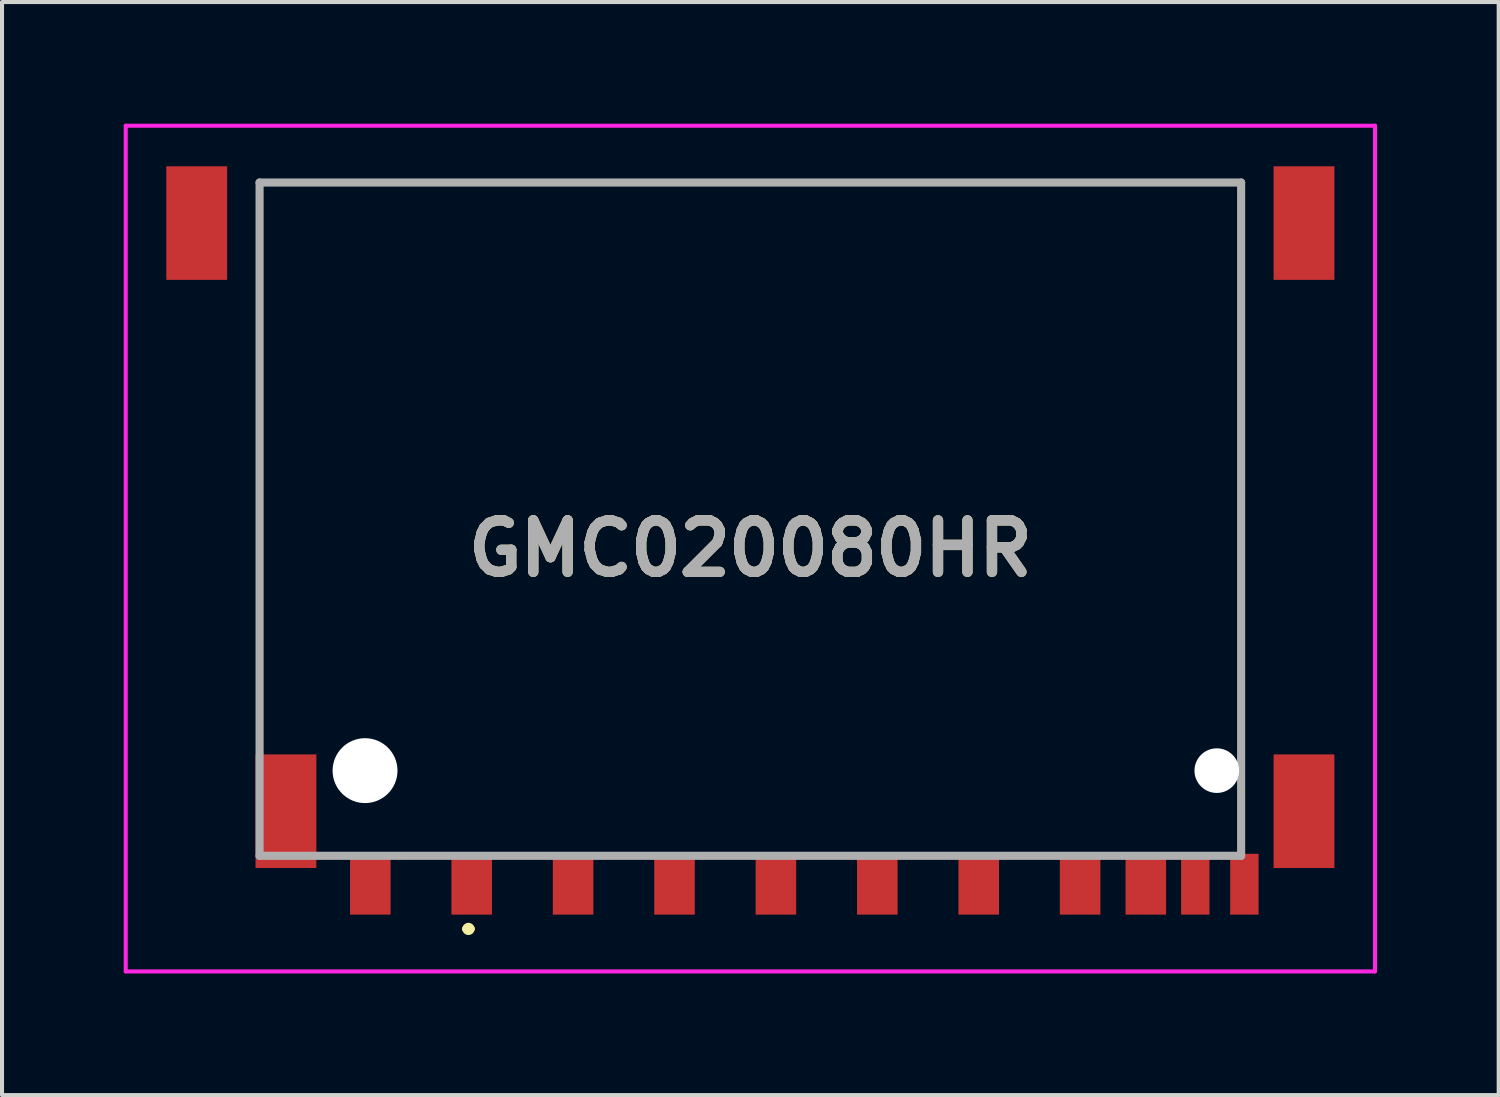
<source format=kicad_pcb>
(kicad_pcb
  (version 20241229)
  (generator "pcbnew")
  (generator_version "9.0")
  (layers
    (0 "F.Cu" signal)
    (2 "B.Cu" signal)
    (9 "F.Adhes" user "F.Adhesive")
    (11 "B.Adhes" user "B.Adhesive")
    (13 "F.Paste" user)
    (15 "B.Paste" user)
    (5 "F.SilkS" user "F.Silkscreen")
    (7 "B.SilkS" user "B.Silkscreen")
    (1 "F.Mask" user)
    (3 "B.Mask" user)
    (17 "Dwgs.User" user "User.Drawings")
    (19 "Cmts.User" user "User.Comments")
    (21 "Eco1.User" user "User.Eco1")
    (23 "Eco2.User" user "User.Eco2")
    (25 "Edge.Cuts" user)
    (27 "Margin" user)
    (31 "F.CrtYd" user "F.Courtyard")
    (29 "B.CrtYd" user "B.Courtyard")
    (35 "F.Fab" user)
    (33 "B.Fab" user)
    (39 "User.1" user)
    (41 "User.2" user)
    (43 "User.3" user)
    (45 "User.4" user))
  (footprint "GMC020080HR"
    (layer "F.Cu")
    (at 15.45 9.75)
    (property "Reference" "GMC020080HR" (at 0 0.725 0) (layer "F.SilkS") (effects (font (size 1.27 1.27) (thickness 0.254))))
    (attr through_hole)
    (fp_line (start -12.1 -8.3) (end -12.1 -8.3) (stroke (width 0.1) (type solid)) (layer "F.SilkS"))
    (fp_line (start -12.1 -8.3) (end -12.1 -8.3) (stroke (width 0.1) (type solid)) (layer "F.SilkS"))
    (fp_line (start -12.1 -8.3) (end -12.1 5) (stroke (width 0.1) (type solid)) (layer "F.SilkS"))
    (fp_line (start -12.1 -8.3) (end 12.1 -8.3) (stroke (width 0.1) (type solid)) (layer "F.SilkS"))
    (fp_line (start -12.1 5) (end -12.1 -8.3) (stroke (width 0.1) (type solid)) (layer "F.SilkS"))
    (fp_line (start -12.1 5) (end -12.1 5) (stroke (width 0.1) (type solid)) (layer "F.SilkS"))
    (fp_line (start -7 10.1) (end -7 10.1) (stroke (width 0.2) (type solid)) (layer "F.SilkS"))
    (fp_line (start -7 10.1) (end -7 10.1) (stroke (width 0.2) (type solid)) (layer "F.SilkS"))
    (fp_line (start -6.9 10.1) (end -6.9 10.1) (stroke (width 0.2) (type solid)) (layer "F.SilkS"))
    (fp_line (start 12.1 -8.3) (end -12.1 -8.3) (stroke (width 0.1) (type solid)) (layer "F.SilkS"))
    (fp_line (start 12.1 -8.3) (end 12.1 -8.3) (stroke (width 0.1) (type solid)) (layer "F.SilkS"))
    (fp_line (start 12.1 -8.3) (end 12.1 -8.3) (stroke (width 0.1) (type solid)) (layer "F.SilkS"))
    (fp_line (start 12.1 -8.3) (end 12.1 5) (stroke (width 0.1) (type solid)) (layer "F.SilkS"))
    (fp_line (start 12.1 5) (end 12.1 -8.3) (stroke (width 0.1) (type solid)) (layer "F.SilkS"))
    (fp_line (start 12.1 5) (end 12.1 5) (stroke (width 0.1) (type solid)) (layer "F.SilkS"))
    (fp_arc (start -7 10.1) (mid -6.95 10.05) (end -6.9 10.1) (stroke (width 0.2) (type solid)) (layer "F.SilkS"))
    (fp_arc (start -6.9 10.1) (mid -6.95 10.15) (end -7 10.1) (stroke (width 0.2) (type solid)) (layer "F.SilkS"))
    (fp_arc (start -6.9 10.1) (mid -6.95 10.15) (end -7 10.1) (stroke (width 0.2) (type solid)) (layer "F.SilkS"))
    (fp_line (start -15.4 -9.7) (end 15.4 -9.7) (stroke (width 0.1) (type solid)) (layer "F.CrtYd"))
    (fp_line (start -15.4 11.15) (end -15.4 -9.7) (stroke (width 0.1) (type solid)) (layer "F.CrtYd"))
    (fp_line (start 15.4 -9.7) (end 15.4 11.15) (stroke (width 0.1) (type solid)) (layer "F.CrtYd"))
    (fp_line (start 15.4 11.15) (end -15.4 11.15) (stroke (width 0.1) (type solid)) (layer "F.CrtYd"))
    (fp_line (start -12.1 -8.3) (end -12.1 8.3) (stroke (width 0.2) (type solid)) (layer "F.Fab"))
    (fp_line (start -12.1 8.3) (end 12.1 8.3) (stroke (width 0.2) (type solid)) (layer "F.Fab"))
    (fp_line (start 12.1 -8.3) (end -12.1 -8.3) (stroke (width 0.2) (type solid)) (layer "F.Fab"))
    (fp_line (start 12.1 8.3) (end 12.1 -8.3) (stroke (width 0.2) (type solid)) (layer "F.Fab"))
    (fp_text user "${REFERENCE}" (at 0 0.725 0) (layer "F.Fab") (effects (font (size 1.27 1.27) (thickness 0.254))))
    (pad "" np_thru_hole circle (at -9.5 6.2) (size 1.6 1.6) (drill 1.6) (layers "*.Cu" "*.Mask"))
    (pad "" np_thru_hole circle (at 11.5 6.2) (size 1.1 1.1) (drill 1.1) (layers "*.Cu" "*.Mask"))
    (pad "1" smd rect (at -6.87 9) (size 1 1.5) (layers "F.Cu" "F.Mask" "F.Paste"))
    (pad "2" smd rect (at -4.37 9) (size 1 1.5) (layers "F.Cu" "F.Mask" "F.Paste"))
    (pad "3" smd rect (at -1.87 9) (size 1 1.5) (layers "F.Cu" "F.Mask" "F.Paste"))
    (pad "4" smd rect (at 0.63 9) (size 1 1.5) (layers "F.Cu" "F.Mask" "F.Paste"))
    (pad "5" smd rect (at 3.13 9) (size 1 1.5) (layers "F.Cu" "F.Mask" "F.Paste"))
    (pad "6" smd rect (at 5.63 9) (size 1 1.5) (layers "F.Cu" "F.Mask" "F.Paste"))
    (pad "7" smd rect (at 8.13 9) (size 1 1.5) (layers "F.Cu" "F.Mask" "F.Paste"))
    (pad "8" smd rect (at 9.75 9) (size 1 1.5) (layers "F.Cu" "F.Mask" "F.Paste"))
    (pad "9" smd rect (at -9.37 9) (size 1 1.5) (layers "F.Cu" "F.Mask" "F.Paste"))
    (pad "MP1" smd rect (at -13.65 -7.3) (size 1.5 2.8) (layers "F.Cu" "F.Mask" "F.Paste"))
    (pad "MP2" smd rect (at -11.45 7.2) (size 1.5 2.8) (layers "F.Cu" "F.Mask" "F.Paste"))
    (pad "MP3" smd rect (at 10.97 9) (size 0.7 1.5) (layers "F.Cu" "F.Mask" "F.Paste"))
    (pad "MP4" smd rect (at 12.18 9) (size 0.7 1.5) (layers "F.Cu" "F.Mask" "F.Paste"))
    (pad "MP5" smd rect (at 13.65 7.2) (size 1.5 2.8) (layers "F.Cu" "F.Mask" "F.Paste"))
    (pad "MP6" smd rect (at 13.65 -7.3) (size 1.5 2.8) (layers "F.Cu" "F.Mask" "F.Paste")))
  (gr_rect
    (start -3 -3)
    (end 33.9 23.95)
    (stroke (width 0.1) (type default))
    (fill no)
    (layer "Edge.Cuts")))
</source>
